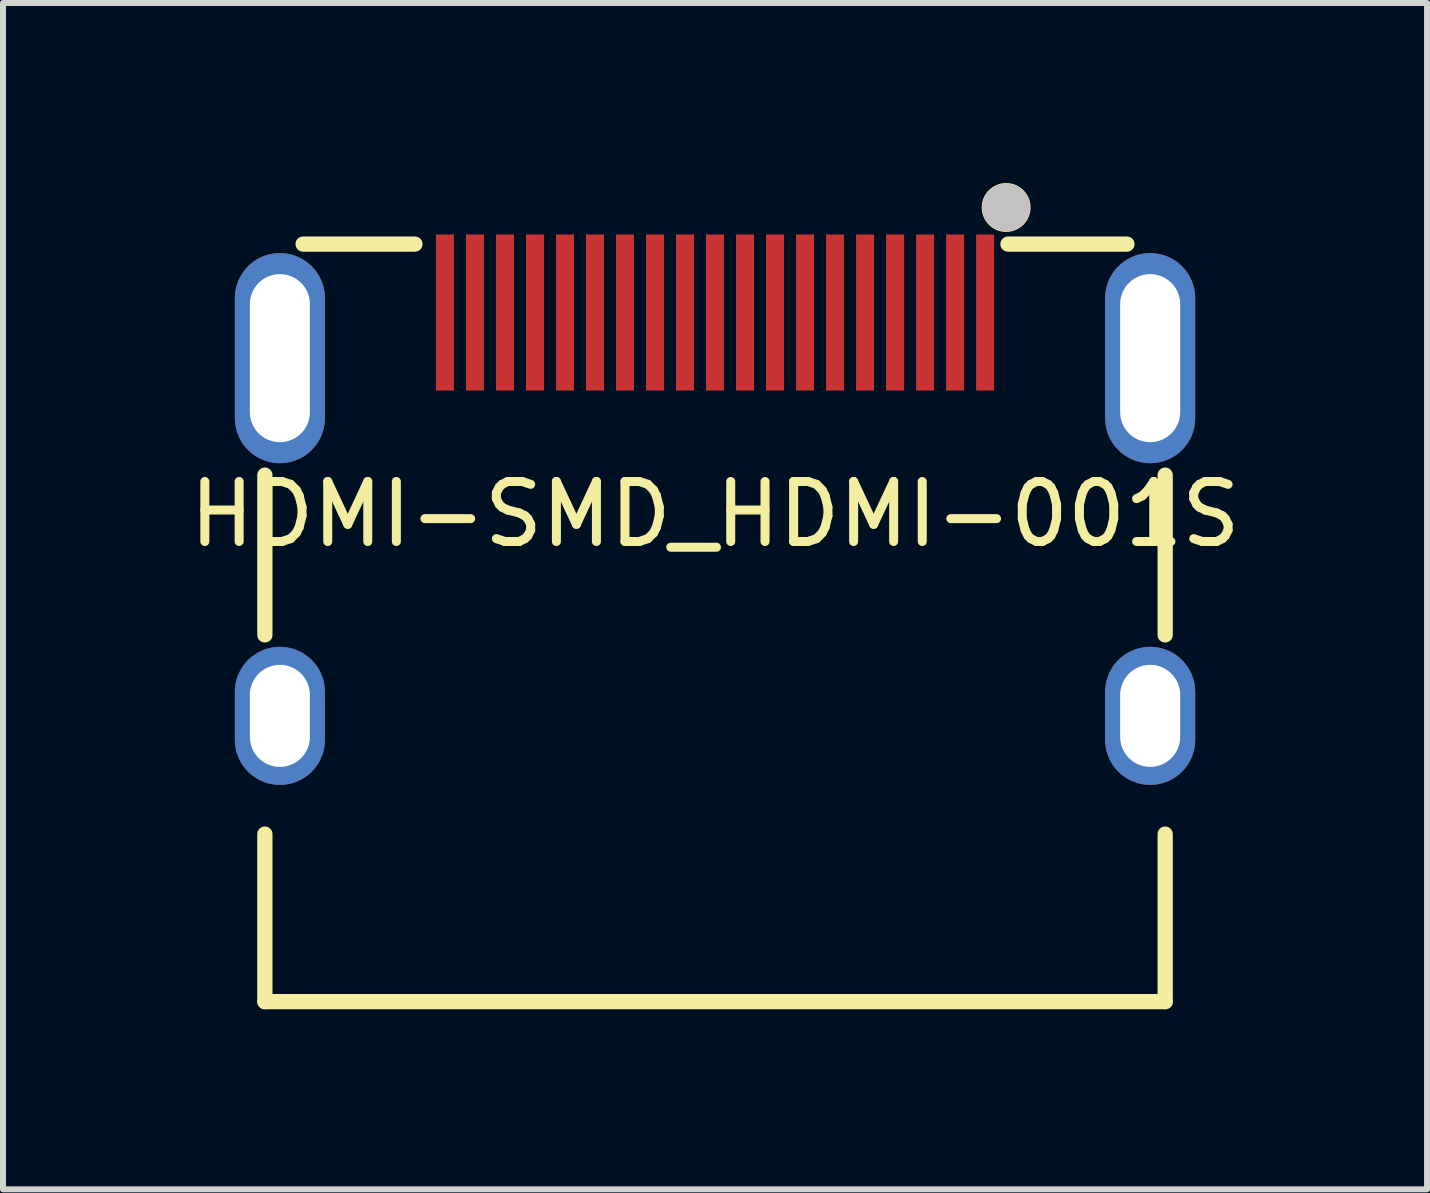
<source format=kicad_pcb>
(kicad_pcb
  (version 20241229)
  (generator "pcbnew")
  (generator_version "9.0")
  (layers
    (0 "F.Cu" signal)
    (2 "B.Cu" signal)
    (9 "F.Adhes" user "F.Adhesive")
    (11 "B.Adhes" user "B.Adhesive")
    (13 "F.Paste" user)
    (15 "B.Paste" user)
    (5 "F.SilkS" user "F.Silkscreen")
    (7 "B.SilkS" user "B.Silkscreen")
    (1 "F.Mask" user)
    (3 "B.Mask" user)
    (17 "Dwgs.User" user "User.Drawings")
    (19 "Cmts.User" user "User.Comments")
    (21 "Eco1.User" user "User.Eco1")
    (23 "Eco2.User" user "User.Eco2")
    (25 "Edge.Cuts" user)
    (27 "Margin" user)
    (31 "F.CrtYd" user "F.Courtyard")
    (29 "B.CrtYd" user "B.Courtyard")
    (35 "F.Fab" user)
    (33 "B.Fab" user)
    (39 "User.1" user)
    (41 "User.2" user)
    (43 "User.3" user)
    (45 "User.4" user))
  (footprint "HDMI-SMD_HDMI-001S"
    (layer "F.Cu")
    (at 8.863 5.517)
    (property "Reference" "HDMI-SMD_HDMI-001S" (at 0 0 0) (layer "F.SilkS") (effects (font (size 1 1) (thickness 0.15))))
    (fp_line (start -7.5 -0.651) (end -7.5 2.011) (stroke (width 0.254) (type default)) (layer "F.SilkS"))
    (fp_line (start -7.5 5.33) (end -7.5 8.121) (stroke (width 0.254) (type default)) (layer "F.SilkS"))
    (fp_line (start -7.5 8.121) (end 7.5 8.121) (stroke (width 0.254) (type default)) (layer "F.SilkS"))
    (fp_line (start -5 -4.5) (end -6.863 -4.5) (stroke (width 0.254) (type default)) (layer "F.SilkS"))
    (fp_line (start 6.863 -4.5) (end 4.881 -4.5) (stroke (width 0.254) (type default)) (layer "F.SilkS"))
    (fp_line (start 7.5 2.011) (end 7.5 -0.651) (stroke (width 0.254) (type default)) (layer "F.SilkS"))
    (fp_line (start 7.5 8.121) (end 7.5 5.33) (stroke (width 0.254) (type default)) (layer "F.SilkS"))
    (fp_circle (center 4.85 -5.11) (end 5.13 -5.11) (stroke (width 0.254) (type default)) (fill no) (layer "F.SilkS"))
    (fp_poly (pts (xy -4.35 -2.06) (xy -4.35 -4.66) (xy -4.65 -4.66) (xy -4.65 -2.06)) (stroke (width 0) (type default)) (fill yes) (layer "F.Paste"))
    (fp_poly (pts (xy -3.85 -2.06) (xy -3.85 -4.66) (xy -4.15 -4.66) (xy -4.15 -2.06)) (stroke (width 0) (type default)) (fill yes) (layer "F.Paste"))
    (fp_poly (pts (xy -3.35 -2.06) (xy -3.35 -4.66) (xy -3.65 -4.66) (xy -3.65 -2.06)) (stroke (width 0) (type default)) (fill yes) (layer "F.Paste"))
    (fp_poly (pts (xy -2.85 -2.06) (xy -2.85 -4.66) (xy -3.15 -4.66) (xy -3.15 -2.06)) (stroke (width 0) (type default)) (fill yes) (layer "F.Paste"))
    (fp_poly (pts (xy -2.35 -2.06) (xy -2.35 -4.66) (xy -2.65 -4.66) (xy -2.65 -2.06)) (stroke (width 0) (type default)) (fill yes) (layer "F.Paste"))
    (fp_poly (pts (xy -1.85 -2.06) (xy -1.85 -4.66) (xy -2.15 -4.66) (xy -2.15 -2.06)) (stroke (width 0) (type default)) (fill yes) (layer "F.Paste"))
    (fp_poly (pts (xy -1.35 -2.06) (xy -1.35 -4.66) (xy -1.65 -4.66) (xy -1.65 -2.06)) (stroke (width 0) (type default)) (fill yes) (layer "F.Paste"))
    (fp_poly (pts (xy -1.15 -4.66) (xy -1.15 -2.06) (xy -0.85 -2.06) (xy -0.85 -4.66)) (stroke (width 0) (type default)) (fill yes) (layer "F.Paste"))
    (fp_poly (pts (xy -0.65 -4.66) (xy -0.65 -2.06) (xy -0.35 -2.06) (xy -0.35 -4.66)) (stroke (width 0) (type default)) (fill yes) (layer "F.Paste"))
    (fp_poly (pts (xy 0.15 -2.06) (xy 0.15 -4.66) (xy -0.15 -4.66) (xy -0.15 -2.06)) (stroke (width 0) (type default)) (fill yes) (layer "F.Paste"))
    (fp_poly (pts (xy 0.65 -2.06) (xy 0.65 -4.66) (xy 0.35 -4.66) (xy 0.35 -2.06)) (stroke (width 0) (type default)) (fill yes) (layer "F.Paste"))
    (fp_poly (pts (xy 1.15 -2.06) (xy 1.15 -4.66) (xy 0.85 -4.66) (xy 0.85 -2.06)) (stroke (width 0) (type default)) (fill yes) (layer "F.Paste"))
    (fp_poly (pts (xy 1.65 -2.06) (xy 1.65 -4.66) (xy 1.35 -4.66) (xy 1.35 -2.06)) (stroke (width 0) (type default)) (fill yes) (layer "F.Paste"))
    (fp_poly (pts (xy 2.15 -2.06) (xy 2.15 -4.66) (xy 1.85 -4.66) (xy 1.85 -2.06)) (stroke (width 0) (type default)) (fill yes) (layer "F.Paste"))
    (fp_poly (pts (xy 2.65 -2.06) (xy 2.65 -4.66) (xy 2.35 -4.66) (xy 2.35 -2.06)) (stroke (width 0) (type default)) (fill yes) (layer "F.Paste"))
    (fp_poly (pts (xy 3.15 -2.06) (xy 3.15 -4.66) (xy 2.85 -4.66) (xy 2.85 -2.06)) (stroke (width 0) (type default)) (fill yes) (layer "F.Paste"))
    (fp_poly (pts (xy 3.65 -2.06) (xy 3.65 -4.66) (xy 3.35 -4.66) (xy 3.35 -2.06)) (stroke (width 0) (type default)) (fill yes) (layer "F.Paste"))
    (fp_poly (pts (xy 3.85 -4.66) (xy 3.85 -2.06) (xy 4.15 -2.06) (xy 4.15 -4.66)) (stroke (width 0) (type default)) (fill yes) (layer "F.Paste"))
    (fp_poly (pts (xy 4.35 -4.66) (xy 4.35 -2.06) (xy 4.65 -2.06) (xy 4.65 -4.66)) (stroke (width 0) (type default)) (fill yes) (layer "F.Paste"))
    (fp_poly (pts (xy -7.194 -4.348) (xy -7.231 -4.35) (xy -7.269 -4.35) (xy -7.306 -4.348) (xy -7.343 -4.345) (xy -7.38 -4.338) (xy -7.417 -4.332) (xy -7.453 -4.322) (xy -7.489 -4.311) (xy -7.524 -4.298) (xy -7.559 -4.284) (xy -7.592 -4.268) (xy -7.625 -4.25) (xy -7.657 -4.23) (xy -7.688 -4.209) (xy -7.718 -4.186) (xy -7.747 -4.162) (xy -7.774 -4.137) (xy -7.8 -4.11) (xy -7.824 -4.082) (xy -7.848 -4.053) (xy -7.87 -4.022) (xy -7.89 -3.991) (xy -7.909 -3.959) (xy -7.926 -3.925) (xy -7.941 -3.892) (xy -7.955 -3.857) (xy -7.966 -3.821) (xy -7.977 -3.785) (xy -7.985 -3.748) (xy -7.992 -3.712) (xy -7.997 -3.675) (xy -7.999 -3.638) (xy -8 -3.6) (xy -8 -1.6) (xy -7.999 -1.562) (xy -7.997 -1.526) (xy -7.992 -1.488) (xy -7.985 -1.452) (xy -7.977 -1.415) (xy -7.966 -1.379) (xy -7.955 -1.343) (xy -7.941 -1.308) (xy -7.926 -1.274) (xy -7.909 -1.242) (xy -7.89 -1.209) (xy -7.87 -1.177) (xy -7.848 -1.147) (xy -7.824 -1.118) (xy -7.8 -1.09) (xy -7.774 -1.063) (xy -7.747 -1.038) (xy -7.718 -1.014) (xy -7.688 -0.991) (xy -7.657 -0.97) (xy -7.625 -0.951) (xy -7.592 -0.932) (xy -7.559 -0.916) (xy -7.524 -0.902) (xy -7.489 -0.889) (xy -7.453 -0.878) (xy -7.417 -0.869) (xy -7.38 -0.862) (xy -7.343 -0.856) (xy -7.306 -0.852) (xy -7.269 -0.851) (xy -7.231 -0.851) (xy -7.194 -0.852) (xy -7.157 -0.856) (xy -7.12 -0.862) (xy -7.083 -0.869) (xy -7.047 -0.878) (xy -7.011 -0.889) (xy -6.976 -0.902) (xy -6.941 -0.916) (xy -6.908 -0.932) (xy -6.875 -0.951) (xy -6.843 -0.97) (xy -6.812 -0.991) (xy -6.782 -1.014) (xy -6.754 -1.038) (xy -6.726 -1.063) (xy -6.7 -1.09) (xy -6.676 -1.118) (xy -6.652 -1.147) (xy -6.63 -1.177) (xy -6.61 -1.209) (xy -6.591 -1.242) (xy -6.574 -1.274) (xy -6.559 -1.308) (xy -6.545 -1.343) (xy -6.534 -1.379) (xy -6.523 -1.415) (xy -6.515 -1.452) (xy -6.508 -1.488) (xy -6.504 -1.526) (xy -6.501 -1.562) (xy -6.5 -1.6) (xy -6.5 -3.6) (xy -6.501 -3.638) (xy -6.504 -3.675) (xy -6.508 -3.712) (xy -6.515 -3.748) (xy -6.523 -3.785) (xy -6.534 -3.821) (xy -6.545 -3.857) (xy -6.559 -3.892) (xy -6.574 -3.925) (xy -6.591 -3.959) (xy -6.61 -3.991) (xy -6.63 -4.022) (xy -6.652 -4.053) (xy -6.676 -4.082) (xy -6.7 -4.11) (xy -6.726 -4.137) (xy -6.754 -4.162) (xy -6.782 -4.186) (xy -6.812 -4.209) (xy -6.843 -4.23) (xy -6.875 -4.25) (xy -6.908 -4.268) (xy -6.941 -4.284) (xy -6.976 -4.298) (xy -7.011 -4.311) (xy -7.047 -4.322) (xy -7.083 -4.332) (xy -7.12 -4.338) (xy -7.157 -4.345)) (stroke (width 0) (type default)) (fill yes) (layer "F.Paste"))
    (fp_poly (pts (xy -7.194 2.212) (xy -7.231 2.211) (xy -7.269 2.211) (xy -7.306 2.212) (xy -7.343 2.216) (xy -7.38 2.221) (xy -7.417 2.229) (xy -7.453 2.238) (xy -7.489 2.249) (xy -7.524 2.262) (xy -7.559 2.276) (xy -7.592 2.292) (xy -7.625 2.311) (xy -7.657 2.33) (xy -7.688 2.351) (xy -7.718 2.373) (xy -7.747 2.397) (xy -7.774 2.423) (xy -7.8 2.45) (xy -7.824 2.478) (xy -7.848 2.507) (xy -7.87 2.538) (xy -7.89 2.569) (xy -7.909 2.602) (xy -7.926 2.635) (xy -7.941 2.668) (xy -7.955 2.704) (xy -7.966 2.739) (xy -7.977 2.775) (xy -7.985 2.812) (xy -7.992 2.849) (xy -7.997 2.885) (xy -7.999 2.922) (xy -8 2.96) (xy -8 3.76) (xy -7.999 3.797) (xy -7.997 3.834) (xy -7.992 3.872) (xy -7.985 3.909) (xy -7.977 3.945) (xy -7.966 3.981) (xy -7.955 4.016) (xy -7.941 4.051) (xy -7.926 4.085) (xy -7.909 4.119) (xy -7.89 4.151) (xy -7.87 4.183) (xy -7.848 4.213) (xy -7.824 4.242) (xy -7.8 4.27) (xy -7.774 4.297) (xy -7.747 4.322) (xy -7.718 4.346) (xy -7.688 4.369) (xy -7.657 4.39) (xy -7.625 4.41) (xy -7.592 4.428) (xy -7.559 4.444) (xy -7.524 4.458) (xy -7.489 4.471) (xy -7.453 4.482) (xy -7.417 4.492) (xy -7.38 4.498) (xy -7.343 4.504) (xy -7.306 4.508) (xy -7.269 4.51) (xy -7.231 4.51) (xy -7.194 4.508) (xy -7.157 4.504) (xy -7.12 4.498) (xy -7.083 4.492) (xy -7.047 4.482) (xy -7.011 4.471) (xy -6.976 4.458) (xy -6.941 4.444) (xy -6.908 4.428) (xy -6.875 4.41) (xy -6.843 4.39) (xy -6.812 4.369) (xy -6.782 4.346) (xy -6.754 4.322) (xy -6.726 4.297) (xy -6.7 4.27) (xy -6.676 4.242) (xy -6.652 4.213) (xy -6.63 4.183) (xy -6.61 4.151) (xy -6.591 4.119) (xy -6.574 4.085) (xy -6.559 4.051) (xy -6.545 4.016) (xy -6.534 3.981) (xy -6.523 3.945) (xy -6.515 3.909) (xy -6.508 3.872) (xy -6.504 3.834) (xy -6.501 3.797) (xy -6.5 3.76) (xy -6.5 2.96) (xy -6.501 2.922) (xy -6.504 2.885) (xy -6.508 2.849) (xy -6.515 2.812) (xy -6.523 2.775) (xy -6.534 2.739) (xy -6.545 2.704) (xy -6.559 2.668) (xy -6.574 2.635) (xy -6.591 2.602) (xy -6.61 2.569) (xy -6.63 2.538) (xy -6.652 2.507) (xy -6.676 2.478) (xy -6.7 2.45) (xy -6.726 2.423) (xy -6.754 2.397) (xy -6.782 2.373) (xy -6.812 2.351) (xy -6.843 2.33) (xy -6.875 2.311) (xy -6.908 2.292) (xy -6.941 2.276) (xy -6.976 2.262) (xy -7.011 2.249) (xy -7.047 2.238) (xy -7.083 2.229) (xy -7.12 2.221) (xy -7.157 2.216)) (stroke (width 0) (type default)) (fill yes) (layer "F.Paste"))
    (fp_poly (pts (xy 7.231 2.211) (xy 7.194 2.212) (xy 7.157 2.216) (xy 7.12 2.221) (xy 7.083 2.229) (xy 7.047 2.238) (xy 7.011 2.249) (xy 6.976 2.262) (xy 6.941 2.276) (xy 6.908 2.292) (xy 6.875 2.311) (xy 6.843 2.33) (xy 6.812 2.351) (xy 6.782 2.373) (xy 6.754 2.397) (xy 6.726 2.423) (xy 6.7 2.45) (xy 6.676 2.478) (xy 6.652 2.507) (xy 6.63 2.538) (xy 6.61 2.569) (xy 6.591 2.602) (xy 6.574 2.635) (xy 6.559 2.668) (xy 6.545 2.704) (xy 6.534 2.739) (xy 6.523 2.775) (xy 6.515 2.812) (xy 6.508 2.849) (xy 6.504 2.885) (xy 6.501 2.922) (xy 6.5 2.96) (xy 6.5 3.76) (xy 6.501 3.797) (xy 6.504 3.834) (xy 6.508 3.872) (xy 6.515 3.909) (xy 6.523 3.945) (xy 6.534 3.981) (xy 6.545 4.016) (xy 6.559 4.051) (xy 6.574 4.085) (xy 6.591 4.119) (xy 6.61 4.151) (xy 6.63 4.183) (xy 6.652 4.213) (xy 6.676 4.242) (xy 6.7 4.27) (xy 6.726 4.297) (xy 6.754 4.322) (xy 6.782 4.346) (xy 6.812 4.369) (xy 6.843 4.39) (xy 6.875 4.41) (xy 6.908 4.428) (xy 6.941 4.444) (xy 6.976 4.458) (xy 7.011 4.471) (xy 7.047 4.482) (xy 7.083 4.492) (xy 7.12 4.498) (xy 7.157 4.504) (xy 7.194 4.508) (xy 7.231 4.51) (xy 7.269 4.51) (xy 7.306 4.508) (xy 7.343 4.504) (xy 7.38 4.498) (xy 7.417 4.492) (xy 7.453 4.482) (xy 7.489 4.471) (xy 7.524 4.458) (xy 7.559 4.444) (xy 7.592 4.428) (xy 7.625 4.41) (xy 7.657 4.39) (xy 7.688 4.369) (xy 7.718 4.346) (xy 7.747 4.322) (xy 7.774 4.297) (xy 7.8 4.27) (xy 7.824 4.242) (xy 7.848 4.213) (xy 7.87 4.183) (xy 7.89 4.151) (xy 7.909 4.119) (xy 7.926 4.085) (xy 7.941 4.051) (xy 7.955 4.016) (xy 7.966 3.981) (xy 7.977 3.945) (xy 7.985 3.909) (xy 7.992 3.872) (xy 7.997 3.834) (xy 7.999 3.797) (xy 8 3.76) (xy 8 2.96) (xy 7.999 2.922) (xy 7.997 2.885) (xy 7.992 2.849) (xy 7.985 2.812) (xy 7.977 2.775) (xy 7.966 2.739) (xy 7.955 2.704) (xy 7.941 2.668) (xy 7.926 2.635) (xy 7.909 2.602) (xy 7.89 2.569) (xy 7.87 2.538) (xy 7.848 2.507) (xy 7.824 2.478) (xy 7.8 2.45) (xy 7.774 2.423) (xy 7.747 2.397) (xy 7.718 2.373) (xy 7.688 2.351) (xy 7.657 2.33) (xy 7.625 2.311) (xy 7.592 2.292) (xy 7.559 2.276) (xy 7.524 2.262) (xy 7.489 2.249) (xy 7.453 2.238) (xy 7.417 2.229) (xy 7.38 2.221) (xy 7.343 2.216) (xy 7.306 2.212) (xy 7.269 2.211)) (stroke (width 0) (type default)) (fill yes) (layer "F.Paste"))
    (fp_poly (pts (xy 7.306 -4.348) (xy 7.269 -4.35) (xy 7.231 -4.35) (xy 7.194 -4.348) (xy 7.157 -4.345) (xy 7.12 -4.338) (xy 7.083 -4.332) (xy 7.047 -4.322) (xy 7.011 -4.311) (xy 6.976 -4.298) (xy 6.941 -4.284) (xy 6.908 -4.268) (xy 6.875 -4.25) (xy 6.843 -4.23) (xy 6.812 -4.209) (xy 6.782 -4.186) (xy 6.754 -4.162) (xy 6.726 -4.137) (xy 6.7 -4.11) (xy 6.676 -4.082) (xy 6.652 -4.053) (xy 6.63 -4.022) (xy 6.61 -3.991) (xy 6.591 -3.959) (xy 6.574 -3.925) (xy 6.559 -3.892) (xy 6.545 -3.857) (xy 6.534 -3.821) (xy 6.523 -3.785) (xy 6.515 -3.748) (xy 6.508 -3.712) (xy 6.504 -3.675) (xy 6.501 -3.638) (xy 6.5 -3.6) (xy 6.5 -1.6) (xy 6.501 -1.562) (xy 6.504 -1.526) (xy 6.508 -1.488) (xy 6.515 -1.452) (xy 6.523 -1.415) (xy 6.534 -1.379) (xy 6.545 -1.343) (xy 6.559 -1.308) (xy 6.574 -1.274) (xy 6.591 -1.242) (xy 6.61 -1.209) (xy 6.63 -1.177) (xy 6.652 -1.147) (xy 6.676 -1.118) (xy 6.7 -1.09) (xy 6.726 -1.063) (xy 6.754 -1.038) (xy 6.782 -1.014) (xy 6.812 -0.991) (xy 6.843 -0.97) (xy 6.875 -0.951) (xy 6.908 -0.932) (xy 6.941 -0.916) (xy 6.976 -0.902) (xy 7.011 -0.889) (xy 7.047 -0.878) (xy 7.083 -0.869) (xy 7.12 -0.862) (xy 7.157 -0.856) (xy 7.194 -0.852) (xy 7.231 -0.851) (xy 7.269 -0.851) (xy 7.306 -0.852) (xy 7.343 -0.856) (xy 7.38 -0.862) (xy 7.417 -0.869) (xy 7.453 -0.878) (xy 7.489 -0.889) (xy 7.524 -0.902) (xy 7.559 -0.916) (xy 7.592 -0.932) (xy 7.625 -0.951) (xy 7.657 -0.97) (xy 7.688 -0.991) (xy 7.718 -1.014) (xy 7.747 -1.038) (xy 7.774 -1.063) (xy 7.8 -1.09) (xy 7.824 -1.118) (xy 7.848 -1.147) (xy 7.87 -1.177) (xy 7.89 -1.209) (xy 7.909 -1.242) (xy 7.926 -1.274) (xy 7.941 -1.308) (xy 7.955 -1.343) (xy 7.966 -1.379) (xy 7.977 -1.415) (xy 7.985 -1.452) (xy 7.992 -1.488) (xy 7.997 -1.526) (xy 7.999 -1.562) (xy 8 -1.6) (xy 8 -3.6) (xy 7.999 -3.638) (xy 7.997 -3.675) (xy 7.992 -3.712) (xy 7.985 -3.748) (xy 7.977 -3.785) (xy 7.966 -3.821) (xy 7.955 -3.857) (xy 7.941 -3.892) (xy 7.926 -3.925) (xy 7.909 -3.959) (xy 7.89 -3.991) (xy 7.87 -4.022) (xy 7.848 -4.053) (xy 7.824 -4.082) (xy 7.8 -4.11) (xy 7.774 -4.137) (xy 7.747 -4.162) (xy 7.718 -4.186) (xy 7.688 -4.209) (xy 7.657 -4.23) (xy 7.625 -4.25) (xy 7.592 -4.268) (xy 7.559 -4.284) (xy 7.524 -4.298) (xy 7.489 -4.311) (xy 7.453 -4.322) (xy 7.417 -4.332) (xy 7.38 -4.338) (xy 7.343 -4.345)) (stroke (width 0) (type default)) (fill yes) (layer "F.Paste"))
    (fp_circle (center 4.85 -5.11) (end 5.05 -5.11) (stroke (width 0.4) (type default)) (fill no) (layer "Dwgs.User"))
    (fp_poly (pts (xy -7.5 -3.6) (xy -7 -3.6) (xy -7 -1.6) (xy -7.5 -1.6)) (stroke (width 0.1) (type default)) (fill no) (layer "User.1"))
    (fp_poly (pts (xy -7.5 2.86) (xy -7 2.86) (xy -7 3.86) (xy -7.5 3.86)) (stroke (width 0.1) (type default)) (fill no) (layer "User.1"))
    (fp_poly (pts (xy -4.6 -4.01) (xy -4.4 -4.01) (xy -4.4 -2.21) (xy -4.6 -2.21)) (stroke (width 0.1) (type default)) (fill no) (layer "User.1"))
    (fp_poly (pts (xy -4.1 -4.01) (xy -3.9 -4.01) (xy -3.9 -2.21) (xy -4.1 -2.21)) (stroke (width 0.1) (type default)) (fill no) (layer "User.1"))
    (fp_poly (pts (xy -3.6 -4.01) (xy -3.4 -4.01) (xy -3.4 -2.21) (xy -3.6 -2.21)) (stroke (width 0.1) (type default)) (fill no) (layer "User.1"))
    (fp_poly (pts (xy -3.1 -4.01) (xy -2.9 -4.01) (xy -2.9 -2.21) (xy -3.1 -2.21)) (stroke (width 0.1) (type default)) (fill no) (layer "User.1"))
    (fp_poly (pts (xy -2.6 -4.01) (xy -2.4 -4.01) (xy -2.4 -2.21) (xy -2.6 -2.21)) (stroke (width 0.1) (type default)) (fill no) (layer "User.1"))
    (fp_poly (pts (xy -2.1 -4.01) (xy -1.9 -4.01) (xy -1.9 -2.21) (xy -2.1 -2.21)) (stroke (width 0.1) (type default)) (fill no) (layer "User.1"))
    (fp_poly (pts (xy -1.6 -4.01) (xy -1.4 -4.01) (xy -1.4 -2.21) (xy -1.6 -2.21)) (stroke (width 0.1) (type default)) (fill no) (layer "User.1"))
    (fp_poly (pts (xy -1.1 -4.01) (xy -0.9 -4.01) (xy -0.9 -2.21) (xy -1.1 -2.21)) (stroke (width 0.1) (type default)) (fill no) (layer "User.1"))
    (fp_poly (pts (xy -0.6 -4.01) (xy -0.4 -4.01) (xy -0.4 -2.21) (xy -0.6 -2.21)) (stroke (width 0.1) (type default)) (fill no) (layer "User.1"))
    (fp_poly (pts (xy -0.1 -4.01) (xy 0.1 -4.01) (xy 0.1 -2.21) (xy -0.1 -2.21)) (stroke (width 0.1) (type default)) (fill no) (layer "User.1"))
    (fp_poly (pts (xy 0.4 -4.01) (xy 0.6 -4.01) (xy 0.6 -2.21) (xy 0.4 -2.21)) (stroke (width 0.1) (type default)) (fill no) (layer "User.1"))
    (fp_poly (pts (xy 0.9 -4.01) (xy 1.1 -4.01) (xy 1.1 -2.21) (xy 0.9 -2.21)) (stroke (width 0.1) (type default)) (fill no) (layer "User.1"))
    (fp_poly (pts (xy 1.4 -4.01) (xy 1.6 -4.01) (xy 1.6 -2.21) (xy 1.4 -2.21)) (stroke (width 0.1) (type default)) (fill no) (layer "User.1"))
    (fp_poly (pts (xy 1.9 -4.01) (xy 2.1 -4.01) (xy 2.1 -2.21) (xy 1.9 -2.21)) (stroke (width 0.1) (type default)) (fill no) (layer "User.1"))
    (fp_poly (pts (xy 2.4 -4.01) (xy 2.6 -4.01) (xy 2.6 -2.21) (xy 2.4 -2.21)) (stroke (width 0.1) (type default)) (fill no) (layer "User.1"))
    (fp_poly (pts (xy 2.9 -4.01) (xy 3.1 -4.01) (xy 3.1 -2.21) (xy 2.9 -2.21)) (stroke (width 0.1) (type default)) (fill no) (layer "User.1"))
    (fp_poly (pts (xy 3.4 -4.01) (xy 3.6 -4.01) (xy 3.6 -2.21) (xy 3.4 -2.21)) (stroke (width 0.1) (type default)) (fill no) (layer "User.1"))
    (fp_poly (pts (xy 3.9 -4.01) (xy 4.1 -4.01) (xy 4.1 -2.21) (xy 3.9 -2.21)) (stroke (width 0.1) (type default)) (fill no) (layer "User.1"))
    (fp_poly (pts (xy 4.4 -4.01) (xy 4.6 -4.01) (xy 4.6 -2.21) (xy 4.4 -2.21)) (stroke (width 0.1) (type default)) (fill no) (layer "User.1"))
    (fp_poly (pts (xy 7 -3.6) (xy 7.5 -3.6) (xy 7.5 -1.6) (xy 7 -1.6)) (stroke (width 0.1) (type default)) (fill no) (layer "User.1"))
    (fp_poly (pts (xy 7 2.86) (xy 7.5 2.86) (xy 7.5 3.86) (xy 7 3.86)) (stroke (width 0.1) (type default)) (fill no) (layer "User.1"))
    (fp_line (start -7.5 -4.25) (end 7.5 -4.25) (stroke (width 0.051) (type default)) (layer "User.2"))
    (fp_line (start -7.5 7.9) (end -7.5 -4.25) (stroke (width 0.051) (type default)) (layer "User.2"))
    (fp_line (start 7.5 -4.25) (end 7.5 7.9) (stroke (width 0.051) (type default)) (layer "User.2"))
    (fp_line (start 7.5 7.9) (end -7.5 7.9) (stroke (width 0.051) (type default)) (layer "User.2"))
    (fp_poly (pts (xy 7.56 -4.25) (xy 7.542 -4.292) (xy 7.5 -4.31) (xy 7.458 -4.292) (xy 7.44 -4.25) (xy 7.458 -4.208) (xy 7.5 -4.19) (xy 7.542 -4.208)) (stroke (width 0.1) (type default)) (fill no) (layer "User.3"))
    (pad "1" smd rect (at 4.5 -3.36) (size 0.3 2.6) (layers "F.Cu" "F.Mask" "F.Paste"))
    (pad "2" smd rect (at 4 -3.36) (size 0.3 2.6) (layers "F.Cu" "F.Mask" "F.Paste"))
    (pad "3" smd rect (at 3.5 -3.36) (size 0.3 2.6) (layers "F.Cu" "F.Mask" "F.Paste"))
    (pad "4" smd rect (at 3 -3.36) (size 0.3 2.6) (layers "F.Cu" "F.Mask" "F.Paste"))
    (pad "5" smd rect (at 2.5 -3.36) (size 0.3 2.6) (layers "F.Cu" "F.Mask" "F.Paste"))
    (pad "6" smd rect (at 2 -3.36) (size 0.3 2.6) (layers "F.Cu" "F.Mask" "F.Paste"))
    (pad "7" smd rect (at 1.5 -3.36) (size 0.3 2.6) (layers "F.Cu" "F.Mask" "F.Paste"))
    (pad "8" smd rect (at 1 -3.36) (size 0.3 2.6) (layers "F.Cu" "F.Mask" "F.Paste"))
    (pad "9" smd rect (at 0.5 -3.36) (size 0.3 2.6) (layers "F.Cu" "F.Mask" "F.Paste"))
    (pad "10" smd rect (at 0 -3.36) (size 0.3 2.6) (layers "F.Cu" "F.Mask" "F.Paste"))
    (pad "11" smd rect (at -0.5 -3.36) (size 0.3 2.6) (layers "F.Cu" "F.Mask" "F.Paste"))
    (pad "12" smd rect (at -1 -3.36) (size 0.3 2.6) (layers "F.Cu" "F.Mask" "F.Paste"))
    (pad "13" smd rect (at -1.5 -3.36) (size 0.3 2.6) (layers "F.Cu" "F.Mask" "F.Paste"))
    (pad "14" smd rect (at -2 -3.36) (size 0.3 2.6) (layers "F.Cu" "F.Mask" "F.Paste"))
    (pad "15" smd rect (at -2.5 -3.36) (size 0.3 2.6) (layers "F.Cu" "F.Mask" "F.Paste"))
    (pad "16" smd rect (at -3 -3.36) (size 0.3 2.6) (layers "F.Cu" "F.Mask" "F.Paste"))
    (pad "17" smd rect (at -3.5 -3.36) (size 0.3 2.6) (layers "F.Cu" "F.Mask" "F.Paste"))
    (pad "18" smd rect (at -4 -3.36) (size 0.3 2.6) (layers "F.Cu" "F.Mask" "F.Paste"))
    (pad "19" smd rect (at -4.5 -3.36) (size 0.3 2.6) (layers "F.Cu" "F.Mask" "F.Paste"))
    (pad "20" thru_hole oval (at -7.25 -2.6) (size 1.5 3.5) (drill oval 1 2.8) (layers "*.Cu" "*.Mask"))
    (pad "21" thru_hole oval (at 7.25 -2.6) (size 1.5 3.5) (drill oval 1 2.8) (layers "*.Cu" "*.Mask"))
    (pad "22" thru_hole oval (at -7.25 3.36) (size 1.5 2.3) (drill oval 1 1.7) (layers "*.Cu" "*.Mask"))
    (pad "23" thru_hole oval (at 7.25 3.36) (size 1.5 2.3) (drill oval 1 1.7) (layers "*.Cu" "*.Mask")))
  (gr_rect
    (start -3 -3)
    (end 20.726 16.765)
    (stroke (width 0.1) (type default))
    (fill no)
    (layer "Edge.Cuts")))
</source>
